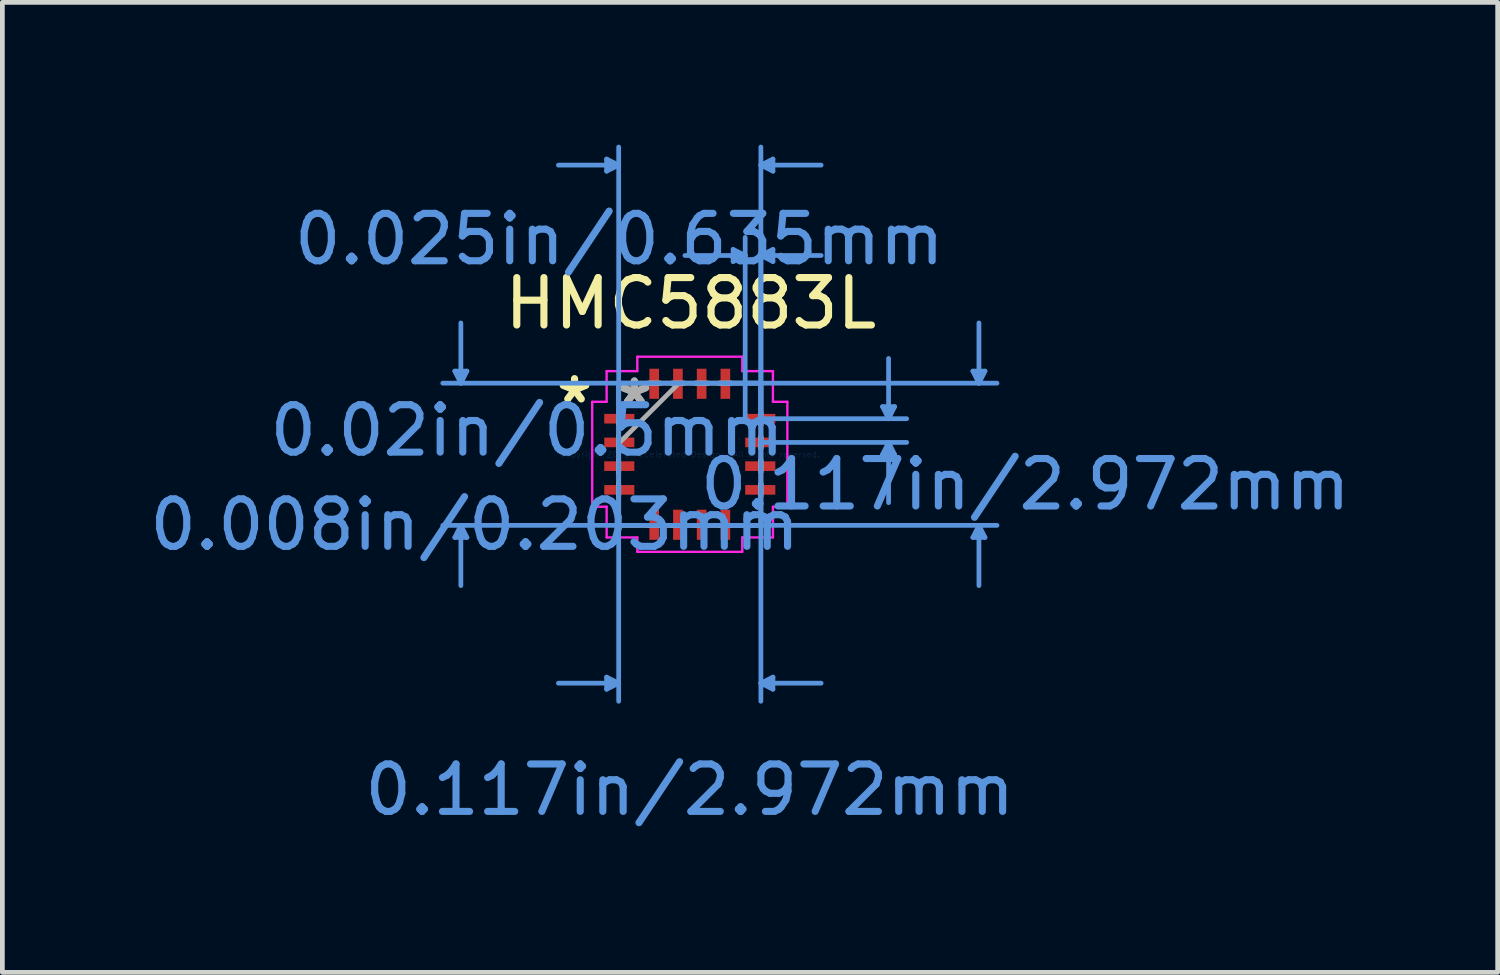
<source format=kicad_pcb>
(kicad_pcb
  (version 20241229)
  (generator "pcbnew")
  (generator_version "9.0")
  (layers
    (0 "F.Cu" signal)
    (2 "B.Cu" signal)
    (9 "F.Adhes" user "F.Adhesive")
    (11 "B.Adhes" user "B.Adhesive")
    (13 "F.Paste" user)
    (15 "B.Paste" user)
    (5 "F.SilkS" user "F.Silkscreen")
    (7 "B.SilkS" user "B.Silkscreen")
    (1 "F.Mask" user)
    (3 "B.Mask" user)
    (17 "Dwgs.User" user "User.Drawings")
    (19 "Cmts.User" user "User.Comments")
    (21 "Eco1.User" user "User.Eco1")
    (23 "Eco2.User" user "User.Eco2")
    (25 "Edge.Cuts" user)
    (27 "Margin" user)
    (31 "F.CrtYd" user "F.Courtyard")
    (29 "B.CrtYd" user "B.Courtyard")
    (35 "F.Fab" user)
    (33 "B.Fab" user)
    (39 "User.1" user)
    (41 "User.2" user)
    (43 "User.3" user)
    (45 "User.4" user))
  (footprint "HMC5883L"
    (layer "F.Cu")
    (at 11.492 6.527)
    (property "Reference" "HMC5883L" (at 0.02 -3.18 0) (layer "F.SilkS") (effects (font (size 1 1) (thickness 0.15))))
    (attr through_hole)
    (fp_line (start -4.953 -1.753) (end -4.699 -1.753) (stroke (width 0.1) (type solid)) (layer "Cmts.User"))
    (fp_line (start -4.953 1.753) (end -4.699 1.753) (stroke (width 0.1) (type solid)) (layer "Cmts.User"))
    (fp_line (start -4.826 -1.499) (end -4.953 -1.753) (stroke (width 0.1) (type solid)) (layer "Cmts.User"))
    (fp_line (start -4.826 -1.499) (end -4.826 -2.769) (stroke (width 0.1) (type solid)) (layer "Cmts.User"))
    (fp_line (start -4.826 -1.499) (end -4.699 -1.753) (stroke (width 0.1) (type solid)) (layer "Cmts.User"))
    (fp_line (start -4.826 1.499) (end -4.953 1.753) (stroke (width 0.1) (type solid)) (layer "Cmts.User"))
    (fp_line (start -4.826 1.499) (end -4.826 2.769) (stroke (width 0.1) (type solid)) (layer "Cmts.User"))
    (fp_line (start -4.826 1.499) (end -4.699 1.753) (stroke (width 0.1) (type solid)) (layer "Cmts.User"))
    (fp_line (start -1.753 -6.223) (end -1.753 -5.969) (stroke (width 0.1) (type solid)) (layer "Cmts.User"))
    (fp_line (start -1.753 4.699) (end -1.753 4.953) (stroke (width 0.1) (type solid)) (layer "Cmts.User"))
    (fp_line (start -1.499 -6.096) (end -2.769 -6.096) (stroke (width 0.1) (type solid)) (layer "Cmts.User"))
    (fp_line (start -1.499 -6.096) (end -1.753 -6.223) (stroke (width 0.1) (type solid)) (layer "Cmts.User"))
    (fp_line (start -1.499 -6.096) (end -1.753 -5.969) (stroke (width 0.1) (type solid)) (layer "Cmts.User"))
    (fp_line (start -1.499 -1.499) (end -1.499 5.207) (stroke (width 0.1) (type solid)) (layer "Cmts.User"))
    (fp_line (start -1.499 -0.75) (end -1.499 -6.477) (stroke (width 0.1) (type solid)) (layer "Cmts.User"))
    (fp_line (start -1.499 4.826) (end -2.769 4.826) (stroke (width 0.1) (type solid)) (layer "Cmts.User"))
    (fp_line (start -1.499 4.826) (end -1.753 4.699) (stroke (width 0.1) (type solid)) (layer "Cmts.User"))
    (fp_line (start -1.499 4.826) (end -1.753 4.953) (stroke (width 0.1) (type solid)) (layer "Cmts.User"))
    (fp_line (start 0.75 -1.499) (end 6.477 -1.499) (stroke (width 0.1) (type solid)) (layer "Cmts.User"))
    (fp_line (start 0.75 1.499) (end 6.477 1.499) (stroke (width 0.1) (type solid)) (layer "Cmts.User"))
    (fp_line (start 0.914 -4.318) (end 0.914 -4.064) (stroke (width 0.1) (type solid)) (layer "Cmts.User"))
    (fp_line (start 1.168 -4.191) (end -0.102 -4.191) (stroke (width 0.1) (type solid)) (layer "Cmts.User"))
    (fp_line (start 1.168 -4.191) (end 0.914 -4.318) (stroke (width 0.1) (type solid)) (layer "Cmts.User"))
    (fp_line (start 1.168 -4.191) (end 0.914 -4.064) (stroke (width 0.1) (type solid)) (layer "Cmts.User"))
    (fp_line (start 1.168 -0.75) (end 1.168 -4.572) (stroke (width 0.1) (type solid)) (layer "Cmts.User"))
    (fp_line (start 1.486 -0.75) (end 4.572 -0.75) (stroke (width 0.1) (type solid)) (layer "Cmts.User"))
    (fp_line (start 1.486 -0.25) (end 4.572 -0.25) (stroke (width 0.1) (type solid)) (layer "Cmts.User"))
    (fp_line (start 1.499 -6.096) (end 1.753 -6.223) (stroke (width 0.1) (type solid)) (layer "Cmts.User"))
    (fp_line (start 1.499 -6.096) (end 1.753 -5.969) (stroke (width 0.1) (type solid)) (layer "Cmts.User"))
    (fp_line (start 1.499 -6.096) (end 2.769 -6.096) (stroke (width 0.1) (type solid)) (layer "Cmts.User"))
    (fp_line (start 1.499 -4.191) (end 1.753 -4.318) (stroke (width 0.1) (type solid)) (layer "Cmts.User"))
    (fp_line (start 1.499 -4.191) (end 1.753 -4.064) (stroke (width 0.1) (type solid)) (layer "Cmts.User"))
    (fp_line (start 1.499 -4.191) (end 2.769 -4.191) (stroke (width 0.1) (type solid)) (layer "Cmts.User"))
    (fp_line (start 1.499 -1.499) (end -5.207 -1.499) (stroke (width 0.1) (type solid)) (layer "Cmts.User"))
    (fp_line (start 1.499 -1.499) (end 1.499 5.207) (stroke (width 0.1) (type solid)) (layer "Cmts.User"))
    (fp_line (start 1.499 -0.75) (end 1.499 -6.477) (stroke (width 0.1) (type solid)) (layer "Cmts.User"))
    (fp_line (start 1.499 -0.75) (end 1.499 -4.572) (stroke (width 0.1) (type solid)) (layer "Cmts.User"))
    (fp_line (start 1.499 1.499) (end -5.207 1.499) (stroke (width 0.1) (type solid)) (layer "Cmts.User"))
    (fp_line (start 1.499 4.826) (end 1.753 4.699) (stroke (width 0.1) (type solid)) (layer "Cmts.User"))
    (fp_line (start 1.499 4.826) (end 1.753 4.953) (stroke (width 0.1) (type solid)) (layer "Cmts.User"))
    (fp_line (start 1.499 4.826) (end 2.769 4.826) (stroke (width 0.1) (type solid)) (layer "Cmts.User"))
    (fp_line (start 1.753 -6.223) (end 1.753 -5.969) (stroke (width 0.1) (type solid)) (layer "Cmts.User"))
    (fp_line (start 1.753 -4.318) (end 1.753 -4.064) (stroke (width 0.1) (type solid)) (layer "Cmts.User"))
    (fp_line (start 1.753 4.699) (end 1.753 4.953) (stroke (width 0.1) (type solid)) (layer "Cmts.User"))
    (fp_line (start 4.064 -1.004) (end 4.318 -1.004) (stroke (width 0.1) (type solid)) (layer "Cmts.User"))
    (fp_line (start 4.064 0.004) (end 4.318 0.004) (stroke (width 0.1) (type solid)) (layer "Cmts.User"))
    (fp_line (start 4.191 -0.75) (end 4.064 -1.004) (stroke (width 0.1) (type solid)) (layer "Cmts.User"))
    (fp_line (start 4.191 -0.75) (end 4.191 -2.02) (stroke (width 0.1) (type solid)) (layer "Cmts.User"))
    (fp_line (start 4.191 -0.75) (end 4.318 -1.004) (stroke (width 0.1) (type solid)) (layer "Cmts.User"))
    (fp_line (start 4.191 -0.25) (end 4.064 0.004) (stroke (width 0.1) (type solid)) (layer "Cmts.User"))
    (fp_line (start 4.191 -0.25) (end 4.191 1.02) (stroke (width 0.1) (type solid)) (layer "Cmts.User"))
    (fp_line (start 4.191 -0.25) (end 4.318 0.004) (stroke (width 0.1) (type solid)) (layer "Cmts.User"))
    (fp_line (start 5.969 -1.753) (end 6.223 -1.753) (stroke (width 0.1) (type solid)) (layer "Cmts.User"))
    (fp_line (start 5.969 1.753) (end 6.223 1.753) (stroke (width 0.1) (type solid)) (layer "Cmts.User"))
    (fp_line (start 6.096 -1.499) (end 5.969 -1.753) (stroke (width 0.1) (type solid)) (layer "Cmts.User"))
    (fp_line (start 6.096 -1.499) (end 6.096 -2.769) (stroke (width 0.1) (type solid)) (layer "Cmts.User"))
    (fp_line (start 6.096 -1.499) (end 6.223 -1.753) (stroke (width 0.1) (type solid)) (layer "Cmts.User"))
    (fp_line (start 6.096 1.499) (end 5.969 1.753) (stroke (width 0.1) (type solid)) (layer "Cmts.User"))
    (fp_line (start 6.096 1.499) (end 6.096 2.769) (stroke (width 0.1) (type solid)) (layer "Cmts.User"))
    (fp_line (start 6.096 1.499) (end 6.223 1.753) (stroke (width 0.1) (type solid)) (layer "Cmts.User"))
    (fp_line (start -2.057 -1.106) (end -1.753 -1.106) (stroke (width 0.05) (type solid)) (layer "F.CrtYd"))
    (fp_line (start -2.057 1.106) (end -2.057 -1.106) (stroke (width 0.05) (type solid)) (layer "F.CrtYd"))
    (fp_line (start -1.753 -1.753) (end -1.106 -1.753) (stroke (width 0.05) (type solid)) (layer "F.CrtYd"))
    (fp_line (start -1.753 -1.106) (end -1.753 -1.753) (stroke (width 0.05) (type solid)) (layer "F.CrtYd"))
    (fp_line (start -1.753 1.106) (end -2.057 1.106) (stroke (width 0.05) (type solid)) (layer "F.CrtYd"))
    (fp_line (start -1.753 1.753) (end -1.753 1.106) (stroke (width 0.05) (type solid)) (layer "F.CrtYd"))
    (fp_line (start -1.106 -2.057) (end 1.106 -2.057) (stroke (width 0.05) (type solid)) (layer "F.CrtYd"))
    (fp_line (start -1.106 -1.753) (end -1.106 -2.057) (stroke (width 0.05) (type solid)) (layer "F.CrtYd"))
    (fp_line (start -1.106 1.753) (end -1.753 1.753) (stroke (width 0.05) (type solid)) (layer "F.CrtYd"))
    (fp_line (start -1.106 2.057) (end -1.106 1.753) (stroke (width 0.05) (type solid)) (layer "F.CrtYd"))
    (fp_line (start 1.106 -2.057) (end 1.106 -1.753) (stroke (width 0.05) (type solid)) (layer "F.CrtYd"))
    (fp_line (start 1.106 -1.753) (end 1.753 -1.753) (stroke (width 0.05) (type solid)) (layer "F.CrtYd"))
    (fp_line (start 1.106 1.753) (end 1.106 2.057) (stroke (width 0.05) (type solid)) (layer "F.CrtYd"))
    (fp_line (start 1.106 2.057) (end -1.106 2.057) (stroke (width 0.05) (type solid)) (layer "F.CrtYd"))
    (fp_line (start 1.753 -1.753) (end 1.753 -1.106) (stroke (width 0.05) (type solid)) (layer "F.CrtYd"))
    (fp_line (start 1.753 -1.106) (end 2.057 -1.106) (stroke (width 0.05) (type solid)) (layer "F.CrtYd"))
    (fp_line (start 1.753 1.106) (end 1.753 1.753) (stroke (width 0.05) (type solid)) (layer "F.CrtYd"))
    (fp_line (start 1.753 1.753) (end 1.106 1.753) (stroke (width 0.05) (type solid)) (layer "F.CrtYd"))
    (fp_line (start 2.057 -1.106) (end 2.057 1.106) (stroke (width 0.05) (type solid)) (layer "F.CrtYd"))
    (fp_line (start 2.057 1.106) (end 1.753 1.106) (stroke (width 0.05) (type solid)) (layer "F.CrtYd"))
    (fp_line (start -1.499 -1.499) (end -1.499 -1.499) (stroke (width 0.1) (type solid)) (layer "F.Fab"))
    (fp_line (start -1.499 -1.499) (end -1.499 1.499) (stroke (width 0.1) (type solid)) (layer "F.Fab"))
    (fp_line (start -1.499 -0.877) (end -1.499 -0.877) (stroke (width 0.1) (type solid)) (layer "F.Fab"))
    (fp_line (start -1.499 -0.877) (end -1.499 -0.623) (stroke (width 0.1) (type solid)) (layer "F.Fab"))
    (fp_line (start -1.499 -0.623) (end -1.499 -0.877) (stroke (width 0.1) (type solid)) (layer "F.Fab"))
    (fp_line (start -1.499 -0.623) (end -1.499 -0.623) (stroke (width 0.1) (type solid)) (layer "F.Fab"))
    (fp_line (start -1.499 -0.377) (end -1.499 -0.377) (stroke (width 0.1) (type solid)) (layer "F.Fab"))
    (fp_line (start -1.499 -0.377) (end -1.499 -0.123) (stroke (width 0.1) (type solid)) (layer "F.Fab"))
    (fp_line (start -1.499 -0.229) (end -0.229 -1.499) (stroke (width 0.1) (type solid)) (layer "F.Fab"))
    (fp_line (start -1.499 -0.123) (end -1.499 -0.377) (stroke (width 0.1) (type solid)) (layer "F.Fab"))
    (fp_line (start -1.499 -0.123) (end -1.499 -0.123) (stroke (width 0.1) (type solid)) (layer "F.Fab"))
    (fp_line (start -1.499 0.123) (end -1.499 0.123) (stroke (width 0.1) (type solid)) (layer "F.Fab"))
    (fp_line (start -1.499 0.123) (end -1.499 0.377) (stroke (width 0.1) (type solid)) (layer "F.Fab"))
    (fp_line (start -1.499 0.377) (end -1.499 0.123) (stroke (width 0.1) (type solid)) (layer "F.Fab"))
    (fp_line (start -1.499 0.377) (end -1.499 0.377) (stroke (width 0.1) (type solid)) (layer "F.Fab"))
    (fp_line (start -1.499 0.623) (end -1.499 0.623) (stroke (width 0.1) (type solid)) (layer "F.Fab"))
    (fp_line (start -1.499 0.623) (end -1.499 0.877) (stroke (width 0.1) (type solid)) (layer "F.Fab"))
    (fp_line (start -1.499 0.877) (end -1.499 0.623) (stroke (width 0.1) (type solid)) (layer "F.Fab"))
    (fp_line (start -1.499 0.877) (end -1.499 0.877) (stroke (width 0.1) (type solid)) (layer "F.Fab"))
    (fp_line (start -1.499 1.499) (end -1.499 1.499) (stroke (width 0.1) (type solid)) (layer "F.Fab"))
    (fp_line (start -1.499 1.499) (end 1.499 1.499) (stroke (width 0.1) (type solid)) (layer "F.Fab"))
    (fp_line (start -0.877 -1.499) (end -0.877 -1.499) (stroke (width 0.1) (type solid)) (layer "F.Fab"))
    (fp_line (start -0.877 -1.499) (end -0.623 -1.499) (stroke (width 0.1) (type solid)) (layer "F.Fab"))
    (fp_line (start -0.877 1.499) (end -0.877 1.499) (stroke (width 0.1) (type solid)) (layer "F.Fab"))
    (fp_line (start -0.877 1.499) (end -0.623 1.499) (stroke (width 0.1) (type solid)) (layer "F.Fab"))
    (fp_line (start -0.623 -1.499) (end -0.877 -1.499) (stroke (width 0.1) (type solid)) (layer "F.Fab"))
    (fp_line (start -0.623 -1.499) (end -0.623 -1.499) (stroke (width 0.1) (type solid)) (layer "F.Fab"))
    (fp_line (start -0.623 1.499) (end -0.877 1.499) (stroke (width 0.1) (type solid)) (layer "F.Fab"))
    (fp_line (start -0.623 1.499) (end -0.623 1.499) (stroke (width 0.1) (type solid)) (layer "F.Fab"))
    (fp_line (start -0.377 -1.499) (end -0.377 -1.499) (stroke (width 0.1) (type solid)) (layer "F.Fab"))
    (fp_line (start -0.377 -1.499) (end -0.123 -1.499) (stroke (width 0.1) (type solid)) (layer "F.Fab"))
    (fp_line (start -0.377 1.499) (end -0.377 1.499) (stroke (width 0.1) (type solid)) (layer "F.Fab"))
    (fp_line (start -0.377 1.499) (end -0.123 1.499) (stroke (width 0.1) (type solid)) (layer "F.Fab"))
    (fp_line (start -0.123 -1.499) (end -0.377 -1.499) (stroke (width 0.1) (type solid)) (layer "F.Fab"))
    (fp_line (start -0.123 -1.499) (end -0.123 -1.499) (stroke (width 0.1) (type solid)) (layer "F.Fab"))
    (fp_line (start -0.123 1.499) (end -0.377 1.499) (stroke (width 0.1) (type solid)) (layer "F.Fab"))
    (fp_line (start -0.123 1.499) (end -0.123 1.499) (stroke (width 0.1) (type solid)) (layer "F.Fab"))
    (fp_line (start 0.123 -1.499) (end 0.123 -1.499) (stroke (width 0.1) (type solid)) (layer "F.Fab"))
    (fp_line (start 0.123 -1.499) (end 0.377 -1.499) (stroke (width 0.1) (type solid)) (layer "F.Fab"))
    (fp_line (start 0.123 1.499) (end 0.123 1.499) (stroke (width 0.1) (type solid)) (layer "F.Fab"))
    (fp_line (start 0.123 1.499) (end 0.377 1.499) (stroke (width 0.1) (type solid)) (layer "F.Fab"))
    (fp_line (start 0.377 -1.499) (end 0.123 -1.499) (stroke (width 0.1) (type solid)) (layer "F.Fab"))
    (fp_line (start 0.377 -1.499) (end 0.377 -1.499) (stroke (width 0.1) (type solid)) (layer "F.Fab"))
    (fp_line (start 0.377 1.499) (end 0.123 1.499) (stroke (width 0.1) (type solid)) (layer "F.Fab"))
    (fp_line (start 0.377 1.499) (end 0.377 1.499) (stroke (width 0.1) (type solid)) (layer "F.Fab"))
    (fp_line (start 0.623 -1.499) (end 0.623 -1.499) (stroke (width 0.1) (type solid)) (layer "F.Fab"))
    (fp_line (start 0.623 -1.499) (end 0.877 -1.499) (stroke (width 0.1) (type solid)) (layer "F.Fab"))
    (fp_line (start 0.623 1.499) (end 0.623 1.499) (stroke (width 0.1) (type solid)) (layer "F.Fab"))
    (fp_line (start 0.623 1.499) (end 0.877 1.499) (stroke (width 0.1) (type solid)) (layer "F.Fab"))
    (fp_line (start 0.877 -1.499) (end 0.623 -1.499) (stroke (width 0.1) (type solid)) (layer "F.Fab"))
    (fp_line (start 0.877 -1.499) (end 0.877 -1.499) (stroke (width 0.1) (type solid)) (layer "F.Fab"))
    (fp_line (start 0.877 1.499) (end 0.623 1.499) (stroke (width 0.1) (type solid)) (layer "F.Fab"))
    (fp_line (start 0.877 1.499) (end 0.877 1.499) (stroke (width 0.1) (type solid)) (layer "F.Fab"))
    (fp_line (start 1.499 -1.499) (end -1.499 -1.499) (stroke (width 0.1) (type solid)) (layer "F.Fab"))
    (fp_line (start 1.499 -1.499) (end 1.499 -1.499) (stroke (width 0.1) (type solid)) (layer "F.Fab"))
    (fp_line (start 1.499 -0.877) (end 1.499 -0.877) (stroke (width 0.1) (type solid)) (layer "F.Fab"))
    (fp_line (start 1.499 -0.877) (end 1.499 -0.623) (stroke (width 0.1) (type solid)) (layer "F.Fab"))
    (fp_line (start 1.499 -0.623) (end 1.499 -0.877) (stroke (width 0.1) (type solid)) (layer "F.Fab"))
    (fp_line (start 1.499 -0.623) (end 1.499 -0.623) (stroke (width 0.1) (type solid)) (layer "F.Fab"))
    (fp_line (start 1.499 -0.377) (end 1.499 -0.377) (stroke (width 0.1) (type solid)) (layer "F.Fab"))
    (fp_line (start 1.499 -0.377) (end 1.499 -0.123) (stroke (width 0.1) (type solid)) (layer "F.Fab"))
    (fp_line (start 1.499 -0.123) (end 1.499 -0.377) (stroke (width 0.1) (type solid)) (layer "F.Fab"))
    (fp_line (start 1.499 -0.123) (end 1.499 -0.123) (stroke (width 0.1) (type solid)) (layer "F.Fab"))
    (fp_line (start 1.499 0.123) (end 1.499 0.123) (stroke (width 0.1) (type solid)) (layer "F.Fab"))
    (fp_line (start 1.499 0.123) (end 1.499 0.377) (stroke (width 0.1) (type solid)) (layer "F.Fab"))
    (fp_line (start 1.499 0.377) (end 1.499 0.123) (stroke (width 0.1) (type solid)) (layer "F.Fab"))
    (fp_line (start 1.499 0.377) (end 1.499 0.377) (stroke (width 0.1) (type solid)) (layer "F.Fab"))
    (fp_line (start 1.499 0.623) (end 1.499 0.623) (stroke (width 0.1) (type solid)) (layer "F.Fab"))
    (fp_line (start 1.499 0.623) (end 1.499 0.877) (stroke (width 0.1) (type solid)) (layer "F.Fab"))
    (fp_line (start 1.499 0.877) (end 1.499 0.623) (stroke (width 0.1) (type solid)) (layer "F.Fab"))
    (fp_line (start 1.499 0.877) (end 1.499 0.877) (stroke (width 0.1) (type solid)) (layer "F.Fab"))
    (fp_line (start 1.499 1.499) (end 1.499 -1.499) (stroke (width 0.1) (type solid)) (layer "F.Fab"))
    (fp_line (start 1.499 1.499) (end 1.499 1.499) (stroke (width 0.1) (type solid)) (layer "F.Fab"))
    (fp_text user "*" (at -2.43 -1.05 0) (layer "F.SilkS") (effects (font (size 1 1) (thickness 0.15))))
    (fp_text user "0.008in/0.203mm" (at -4.534 1.486 0) (layer "Cmts.User") (effects (font (size 1 1) (thickness 0.15))))
    (fp_text user "0.025in/0.635mm" (at -1.486 -4.534 0) (layer "Cmts.User") (effects (font (size 1 1) (thickness 0.15))))
    (fp_text user "0.117in/2.972mm" (at 7.074 0.635 0) (layer "Cmts.User") (effects (font (size 1 1) (thickness 0.15))))
    (fp_text user "0.02in/0.5mm" (at -3.429 -0.5 0) (layer "Cmts.User") (effects (font (size 1 1) (thickness 0.15))))
    (fp_text user "0.117in/2.972mm" (at 0 7.074 0) (layer "Cmts.User") (effects (font (size 1 1) (thickness 0.15))))
    (fp_text user "Copyright 2021 Accelerated Designs. All rights reserved." (at 0 0 0) (layer "Cmts.User") (effects (font (size 0.127 0.127) (thickness 0.002))))
    (fp_text user "*" (at -1.168 -1 0) (layer "F.Fab") (effects (font (size 1 1) (thickness 0.15))))
    (fp_text user "*" (at -1.168 -1 0) (layer "F.Fab") (effects (font (size 1 1) (thickness 0.15))))
    (pad "1" smd rect (at -1.486 -0.75 90) (size 0.203 0.635) (layers "F.Cu" "F.Mask" "F.Paste"))
    (pad "2" smd rect (at -1.486 -0.25 90) (size 0.203 0.635) (layers "F.Cu" "F.Mask" "F.Paste"))
    (pad "3" smd rect (at -1.486 0.25 90) (size 0.203 0.635) (layers "F.Cu" "F.Mask" "F.Paste"))
    (pad "4" smd rect (at -1.486 0.75 90) (size 0.203 0.635) (layers "F.Cu" "F.Mask" "F.Paste"))
    (pad "5" smd rect (at -0.75 1.486) (size 0.203 0.635) (layers "F.Cu" "F.Mask" "F.Paste"))
    (pad "6" smd rect (at -0.25 1.486) (size 0.203 0.635) (layers "F.Cu" "F.Mask" "F.Paste"))
    (pad "7" smd rect (at 0.25 1.486) (size 0.203 0.635) (layers "F.Cu" "F.Mask" "F.Paste"))
    (pad "8" smd rect (at 0.75 1.486) (size 0.203 0.635) (layers "F.Cu" "F.Mask" "F.Paste"))
    (pad "9" smd rect (at 1.486 0.75 90) (size 0.203 0.635) (layers "F.Cu" "F.Mask" "F.Paste"))
    (pad "10" smd rect (at 1.486 0.25 90) (size 0.203 0.635) (layers "F.Cu" "F.Mask" "F.Paste"))
    (pad "11" smd rect (at 1.486 -0.25 90) (size 0.203 0.635) (layers "F.Cu" "F.Mask" "F.Paste"))
    (pad "12" smd rect (at 1.486 -0.75 90) (size 0.203 0.635) (layers "F.Cu" "F.Mask" "F.Paste"))
    (pad "13" smd rect (at 0.75 -1.486) (size 0.203 0.635) (layers "F.Cu" "F.Mask" "F.Paste"))
    (pad "14" smd rect (at 0.25 -1.486) (size 0.203 0.635) (layers "F.Cu" "F.Mask" "F.Paste"))
    (pad "15" smd rect (at -0.25 -1.486) (size 0.203 0.635) (layers "F.Cu" "F.Mask" "F.Paste"))
    (pad "16" smd rect (at -0.75 -1.486) (size 0.203 0.635) (layers "F.Cu" "F.Mask" "F.Paste")))
  (gr_rect
    (start -3 -3)
    (end 28.524 17.449)
    (stroke (width 0.1) (type default))
    (fill no)
    (layer "Edge.Cuts")))
</source>
